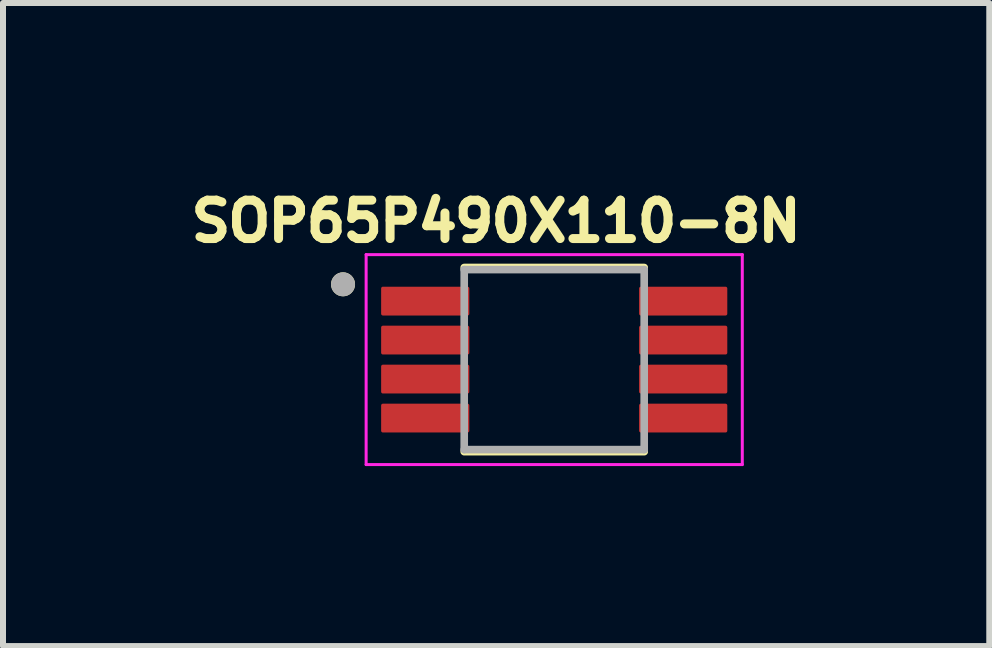
<source format=kicad_pcb>
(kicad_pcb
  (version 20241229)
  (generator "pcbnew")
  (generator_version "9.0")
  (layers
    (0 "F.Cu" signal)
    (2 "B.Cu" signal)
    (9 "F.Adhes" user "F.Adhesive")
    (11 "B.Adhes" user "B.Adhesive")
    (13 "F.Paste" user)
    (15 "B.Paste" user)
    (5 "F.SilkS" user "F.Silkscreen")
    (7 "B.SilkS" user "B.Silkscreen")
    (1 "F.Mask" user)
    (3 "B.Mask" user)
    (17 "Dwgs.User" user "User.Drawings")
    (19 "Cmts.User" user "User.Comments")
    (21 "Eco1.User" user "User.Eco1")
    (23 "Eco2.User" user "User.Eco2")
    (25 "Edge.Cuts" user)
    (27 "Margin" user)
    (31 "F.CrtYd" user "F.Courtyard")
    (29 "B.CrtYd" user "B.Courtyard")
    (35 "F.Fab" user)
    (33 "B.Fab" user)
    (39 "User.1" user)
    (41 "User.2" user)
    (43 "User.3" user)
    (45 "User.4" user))
  (footprint "SOP65P490X110-8N"
    (layer "F.Cu")
    (at 6.188 2.944)
    (property "Reference" "SOP65P490X110-8N" (at -0.968 -2.306 0) (layer "F.SilkS") (effects (font (size 0.64 0.64) (thickness 0.15))))
    (attr through_hole)
    (fp_line (start -1.5 -1.535) (end 1.5 -1.535) (stroke (width 0.127) (type solid)) (layer "F.SilkS"))
    (fp_line (start -1.5 1.535) (end 1.5 1.535) (stroke (width 0.127) (type solid)) (layer "F.SilkS"))
    (fp_circle (center -3.52 -1.255) (end -3.42 -1.255) (stroke (width 0.2) (type solid)) (fill no) (layer "F.SilkS"))
    (fp_line (start -3.135 -1.75) (end -3.135 1.75) (stroke (width 0.05) (type solid)) (layer "F.CrtYd"))
    (fp_line (start -3.135 -1.75) (end 3.135 -1.75) (stroke (width 0.05) (type solid)) (layer "F.CrtYd"))
    (fp_line (start -3.135 1.75) (end 3.135 1.75) (stroke (width 0.05) (type solid)) (layer "F.CrtYd"))
    (fp_line (start 3.135 -1.75) (end 3.135 1.75) (stroke (width 0.05) (type solid)) (layer "F.CrtYd"))
    (fp_line (start -1.5 -1.5) (end -1.5 1.5) (stroke (width 0.127) (type solid)) (layer "F.Fab"))
    (fp_line (start -1.5 -1.5) (end 1.5 -1.5) (stroke (width 0.127) (type solid)) (layer "F.Fab"))
    (fp_line (start -1.5 1.5) (end 1.5 1.5) (stroke (width 0.127) (type solid)) (layer "F.Fab"))
    (fp_line (start 1.5 -1.5) (end 1.5 1.5) (stroke (width 0.127) (type solid)) (layer "F.Fab"))
    (fp_circle (center -3.52 -1.255) (end -3.42 -1.255) (stroke (width 0.2) (type solid)) (fill no) (layer "F.Fab"))
    (pad "1" smd roundrect (at -2.15 -0.975) (size 1.47 0.48) (layers "F.Cu" "F.Mask" "F.Paste") (roundrect_rratio 0.06))
    (pad "2" smd roundrect (at -2.15 -0.325) (size 1.47 0.48) (layers "F.Cu" "F.Mask" "F.Paste") (roundrect_rratio 0.06))
    (pad "3" smd roundrect (at -2.15 0.325) (size 1.47 0.48) (layers "F.Cu" "F.Mask" "F.Paste") (roundrect_rratio 0.06))
    (pad "4" smd roundrect (at -2.15 0.975) (size 1.47 0.48) (layers "F.Cu" "F.Mask" "F.Paste") (roundrect_rratio 0.06))
    (pad "5" smd roundrect (at 2.15 0.975) (size 1.47 0.48) (layers "F.Cu" "F.Mask" "F.Paste") (roundrect_rratio 0.06))
    (pad "6" smd roundrect (at 2.15 0.325) (size 1.47 0.48) (layers "F.Cu" "F.Mask" "F.Paste") (roundrect_rratio 0.06))
    (pad "7" smd roundrect (at 2.15 -0.325) (size 1.47 0.48) (layers "F.Cu" "F.Mask" "F.Paste") (roundrect_rratio 0.06))
    (pad "8" smd roundrect (at 2.15 -0.975) (size 1.47 0.48) (layers "F.Cu" "F.Mask" "F.Paste") (roundrect_rratio 0.06)))
  (gr_rect
    (start -3 -3)
    (end 13.44 7.719)
    (stroke (width 0.1) (type default))
    (fill no)
    (layer "Edge.Cuts")))
</source>
